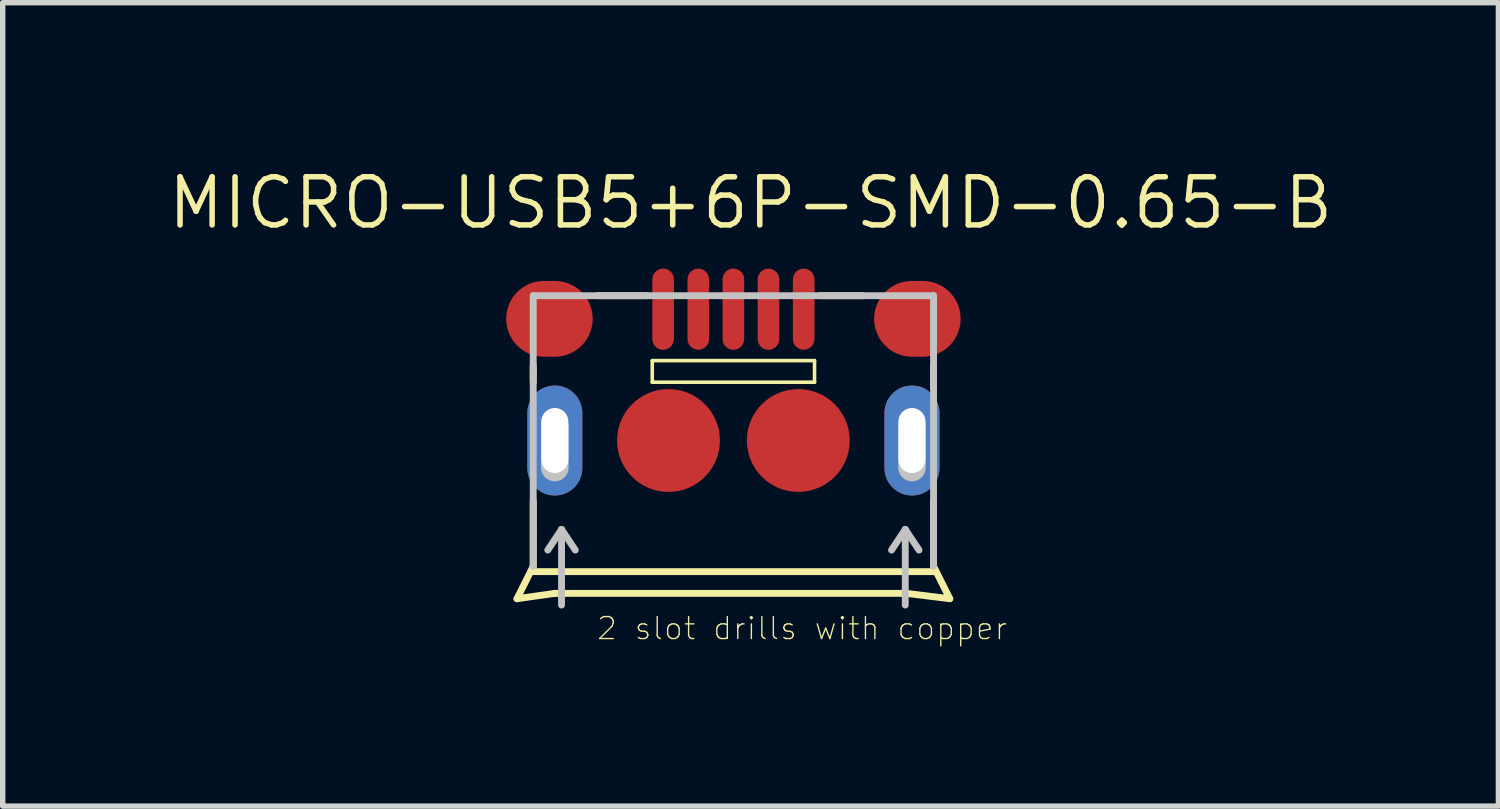
<source format=kicad_pcb>
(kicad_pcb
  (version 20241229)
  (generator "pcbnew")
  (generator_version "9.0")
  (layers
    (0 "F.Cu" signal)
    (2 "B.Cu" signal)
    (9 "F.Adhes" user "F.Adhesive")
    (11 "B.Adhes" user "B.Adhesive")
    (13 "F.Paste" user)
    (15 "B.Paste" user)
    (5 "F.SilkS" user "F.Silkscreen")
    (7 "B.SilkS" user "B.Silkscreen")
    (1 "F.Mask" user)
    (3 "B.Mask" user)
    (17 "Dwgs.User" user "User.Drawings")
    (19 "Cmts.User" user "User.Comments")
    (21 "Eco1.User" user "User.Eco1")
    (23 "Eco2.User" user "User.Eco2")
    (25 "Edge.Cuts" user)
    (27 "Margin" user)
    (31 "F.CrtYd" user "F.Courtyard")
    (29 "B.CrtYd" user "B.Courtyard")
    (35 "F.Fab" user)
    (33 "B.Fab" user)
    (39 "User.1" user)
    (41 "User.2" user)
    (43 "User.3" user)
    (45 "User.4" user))
  (footprint "MICRO-USB5+6P-SMD-0.65-B"
    (layer "F.Cu")
    (at 10.499 2.413)
    (property "Reference" "MICRO-USB5+6P-SMD-0.65-B" (at 0.318 -1.714 0) (layer "F.SilkS") (effects (font (size 0.889 0.889) (thickness 0.102))))
    (attr smd)
    (fp_line (start -3.698 1.598) (end -3.698 1.298) (stroke (width 0.127) (type solid)) (layer "F.SilkS"))
    (fp_line (start -3.698 4.999) (end -3.998 5.598) (stroke (width 0.127) (type solid)) (layer "F.SilkS"))
    (fp_line (start -3.698 4.999) (end -3.698 3.8) (stroke (width 0.127) (type solid)) (layer "F.SilkS"))
    (fp_line (start -3.698 5.098) (end 3.698 5.098) (stroke (width 0.127) (type solid)) (layer "F.SilkS"))
    (fp_line (start -3.299 5.499) (end -3.998 5.598) (stroke (width 0.127) (type solid)) (layer "F.SilkS"))
    (fp_line (start -3.299 5.499) (end 3.198 5.499) (stroke (width 0.127) (type solid)) (layer "F.SilkS"))
    (fp_line (start -1.598 0) (end -2.499 0) (stroke (width 0.127) (type solid)) (layer "F.SilkS"))
    (fp_line (start -1.499 1.199) (end 1.499 1.199) (stroke (width 0.066) (type solid)) (layer "F.SilkS"))
    (fp_line (start -1.499 1.598) (end -1.499 1.199) (stroke (width 0.066) (type solid)) (layer "F.SilkS"))
    (fp_line (start -1.499 1.598) (end 1.499 1.598) (stroke (width 0.066) (type solid)) (layer "F.SilkS"))
    (fp_line (start 1.499 1.598) (end 1.499 1.199) (stroke (width 0.066) (type solid)) (layer "F.SilkS"))
    (fp_line (start 1.598 0) (end 2.398 0) (stroke (width 0.127) (type solid)) (layer "F.SilkS"))
    (fp_line (start 3.198 5.499) (end 3.998 5.598) (stroke (width 0.127) (type solid)) (layer "F.SilkS"))
    (fp_line (start 3.698 1.298) (end 3.698 1.699) (stroke (width 0.127) (type solid)) (layer "F.SilkS"))
    (fp_line (start 3.698 3.8) (end 3.698 4.999) (stroke (width 0.127) (type solid)) (layer "F.SilkS"))
    (fp_line (start 3.698 4.999) (end 3.998 5.598) (stroke (width 0.127) (type solid)) (layer "F.SilkS"))
    (fp_line (start -3.698 0) (end 3.698 0) (stroke (width 0.127) (type solid)) (layer "Dwgs.User"))
    (fp_line (start -3.698 4.999) (end -3.698 0) (stroke (width 0.127) (type solid)) (layer "Dwgs.User"))
    (fp_line (start -3.299 2.413) (end -3.299 3.175) (stroke (width 0.508) (type solid)) (layer "Dwgs.User"))
    (fp_line (start -3.175 4.318) (end -3.429 4.699) (stroke (width 0.127) (type solid)) (layer "Dwgs.User"))
    (fp_line (start -3.175 4.318) (end -2.921 4.699) (stroke (width 0.127) (type solid)) (layer "Dwgs.User"))
    (fp_line (start -3.175 5.715) (end -3.175 4.318) (stroke (width 0.127) (type solid)) (layer "Dwgs.User"))
    (fp_line (start 3.175 4.318) (end 2.921 4.699) (stroke (width 0.127) (type solid)) (layer "Dwgs.User"))
    (fp_line (start 3.175 4.318) (end 3.429 4.699) (stroke (width 0.127) (type solid)) (layer "Dwgs.User"))
    (fp_line (start 3.175 5.715) (end 3.175 4.318) (stroke (width 0.127) (type solid)) (layer "Dwgs.User"))
    (fp_line (start 3.299 2.413) (end 3.299 3.175) (stroke (width 0.508) (type solid)) (layer "Dwgs.User"))
    (fp_line (start 3.698 0) (end 3.698 4.999) (stroke (width 0.127) (type solid)) (layer "Dwgs.User"))
    (fp_text user "2 slot drills with copper" (at 1.27 6.147 0) (layer "F.SilkS") (effects (font (size 0.406 0.406) (thickness 0.025))))
    (pad "1" smd oval (at -1.298 0.249 180) (size 0.399 1.499) (layers "F.Cu" "F.Mask" "F.Paste"))
    (pad "2" smd oval (at -0.648 0.249 180) (size 0.399 1.499) (layers "F.Cu" "F.Mask" "F.Paste"))
    (pad "3" smd oval (at 0 0.249 180) (size 0.399 1.499) (layers "F.Cu" "F.Mask" "F.Paste"))
    (pad "4" smd oval (at 0.648 0.249 180) (size 0.399 1.499) (layers "F.Cu" "F.Mask" "F.Paste"))
    (pad "5" smd oval (at 1.298 0.249 180) (size 0.399 1.499) (layers "F.Cu" "F.Mask" "F.Paste"))
    (pad "S1" smd oval (at -3.399 0.427 90) (size 1.4 1.598) (layers "F.Cu" "F.Mask" "F.Paste"))
    (pad "S2" thru_hole oval (at -3.299 2.675 180) (size 1.016 2.032) (drill oval 0.5 1.2) (layers "*.Cu" "*.Paste" "*.Mask"))
    (pad "S3" smd circle (at -1.199 2.675) (size 1.9 1.9) (layers "F.Cu" "F.Mask" "F.Paste"))
    (pad "S4" smd circle (at 1.199 2.675) (size 1.9 1.9) (layers "F.Cu" "F.Mask" "F.Paste"))
    (pad "S5" thru_hole oval (at 3.299 2.675 180) (size 1.016 2.032) (drill oval 0.5 1.2) (layers "*.Cu" "*.Paste" "*.Mask"))
    (pad "S6" smd oval (at 3.399 0.427 90) (size 1.4 1.598) (layers "F.Cu" "F.Mask" "F.Paste")))
  (gr_rect
    (start -3 -3)
    (end 24.632 11.842)
    (stroke (width 0.1) (type default))
    (fill no)
    (layer "Edge.Cuts")))
</source>
